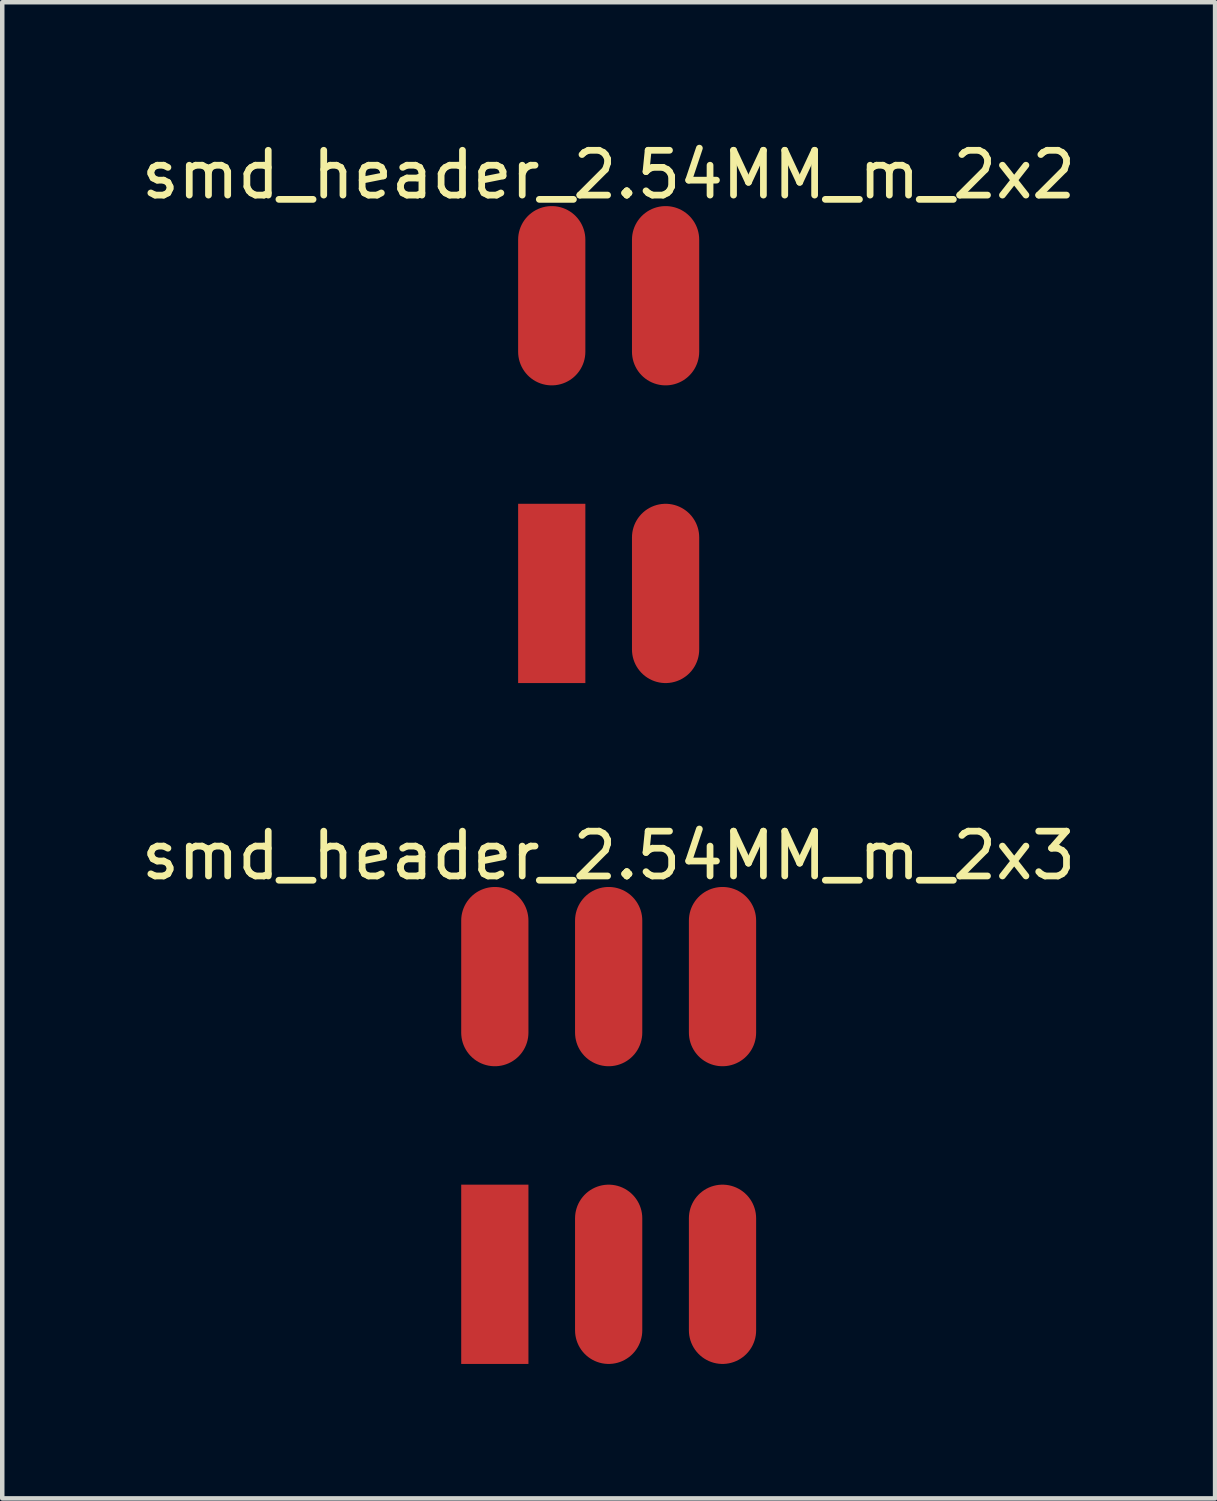
<source format=kicad_pcb>
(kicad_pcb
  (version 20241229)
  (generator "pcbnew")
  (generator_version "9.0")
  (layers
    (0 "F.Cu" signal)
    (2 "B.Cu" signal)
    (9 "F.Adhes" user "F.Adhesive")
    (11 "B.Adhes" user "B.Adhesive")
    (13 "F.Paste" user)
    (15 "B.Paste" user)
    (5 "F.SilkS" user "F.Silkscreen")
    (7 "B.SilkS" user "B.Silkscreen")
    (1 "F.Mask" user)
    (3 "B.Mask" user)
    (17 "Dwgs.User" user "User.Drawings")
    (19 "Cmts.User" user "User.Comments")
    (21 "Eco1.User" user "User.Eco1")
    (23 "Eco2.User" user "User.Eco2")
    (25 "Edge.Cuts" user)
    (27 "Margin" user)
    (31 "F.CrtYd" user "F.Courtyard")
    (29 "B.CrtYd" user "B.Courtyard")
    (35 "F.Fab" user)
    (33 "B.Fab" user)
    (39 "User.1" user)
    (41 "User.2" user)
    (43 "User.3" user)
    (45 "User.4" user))
  (footprint "smd_header_2.54MM_m_2x3"
    (layer "F.Cu")
    (at 10.53 22.06)
    (property "Reference" "smd_header_2.54MM_m_2x3" (at 0 -6.021 0) (layer "F.SilkS") (effects (font (size 1 1) (thickness 0.15))))
    (pad "1" smd rect (at -2.54 3.321) (size 1.5 4) (layers "F.Cu" "F.Mask" "F.Paste"))
    (pad "2" smd oval (at -2.54 -3.321) (size 1.5 4) (layers "F.Cu" "F.Mask" "F.Paste"))
    (pad "3" smd oval (at 0 3.321) (size 1.5 4) (layers "F.Cu" "F.Mask" "F.Paste"))
    (pad "4" smd oval (at 0 -3.321) (size 1.5 4) (layers "F.Cu" "F.Mask" "F.Paste"))
    (pad "5" smd oval (at 2.54 3.321) (size 1.5 4) (layers "F.Cu" "F.Mask" "F.Paste"))
    (pad "6" smd oval (at 2.54 -3.321) (size 1.5 4) (layers "F.Cu" "F.Mask" "F.Paste")))
  (footprint "smd_header_2.54MM_m_2x2"
    (layer "F.Cu")
    (at 10.53 6.869)
    (property "Reference" "smd_header_2.54MM_m_2x2" (at 0 -6.021 0) (layer "F.SilkS") (effects (font (size 1 1) (thickness 0.15))))
    (pad "1" smd rect (at -1.27 3.321) (size 1.5 4) (layers "F.Cu" "F.Mask" "F.Paste"))
    (pad "2" smd oval (at -1.27 -3.321) (size 1.5 4) (layers "F.Cu" "F.Mask" "F.Paste"))
    (pad "3" smd oval (at 1.27 3.321) (size 1.5 4) (layers "F.Cu" "F.Mask" "F.Paste"))
    (pad "4" smd oval (at 1.27 -3.321) (size 1.5 4) (layers "F.Cu" "F.Mask" "F.Paste")))
  (gr_rect
    (start -3 -3)
    (end 24.06 30.381)
    (stroke (width 0.1) (type default))
    (fill no)
    (layer "Edge.Cuts")))
</source>
